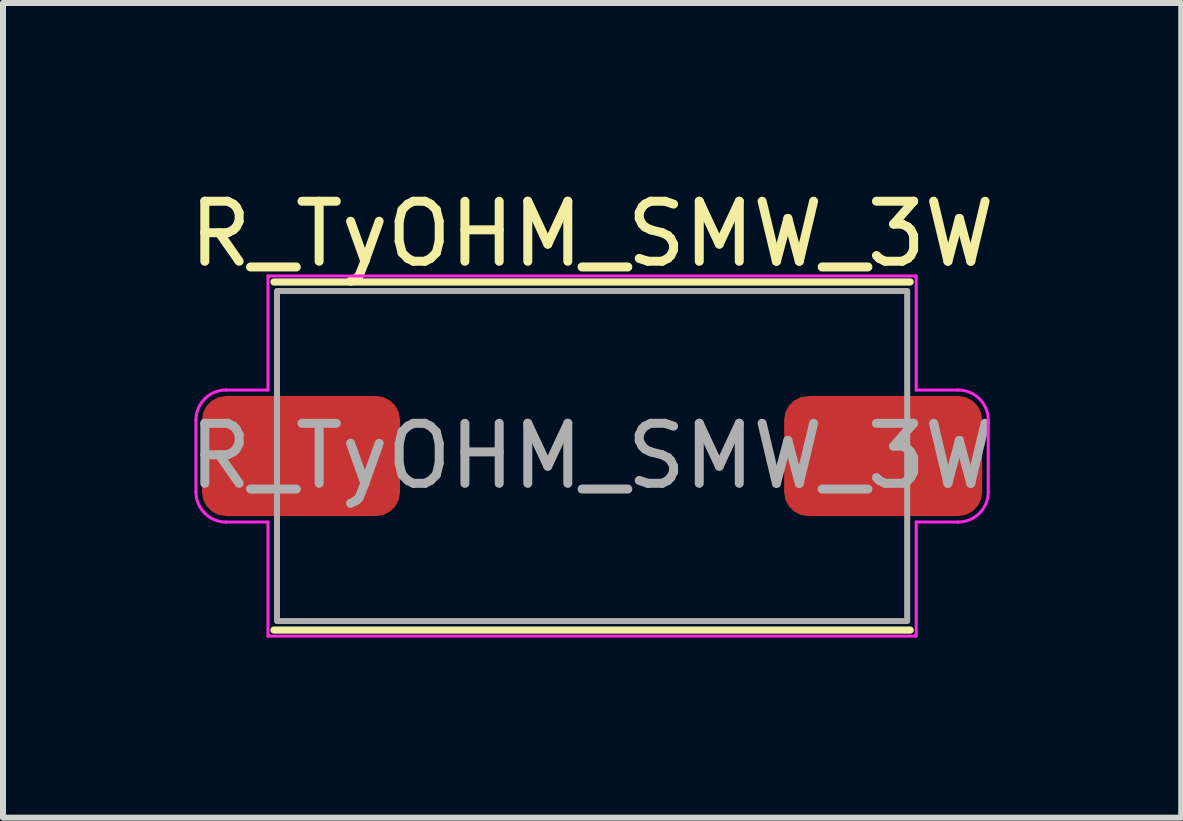
<source format=kicad_pcb>
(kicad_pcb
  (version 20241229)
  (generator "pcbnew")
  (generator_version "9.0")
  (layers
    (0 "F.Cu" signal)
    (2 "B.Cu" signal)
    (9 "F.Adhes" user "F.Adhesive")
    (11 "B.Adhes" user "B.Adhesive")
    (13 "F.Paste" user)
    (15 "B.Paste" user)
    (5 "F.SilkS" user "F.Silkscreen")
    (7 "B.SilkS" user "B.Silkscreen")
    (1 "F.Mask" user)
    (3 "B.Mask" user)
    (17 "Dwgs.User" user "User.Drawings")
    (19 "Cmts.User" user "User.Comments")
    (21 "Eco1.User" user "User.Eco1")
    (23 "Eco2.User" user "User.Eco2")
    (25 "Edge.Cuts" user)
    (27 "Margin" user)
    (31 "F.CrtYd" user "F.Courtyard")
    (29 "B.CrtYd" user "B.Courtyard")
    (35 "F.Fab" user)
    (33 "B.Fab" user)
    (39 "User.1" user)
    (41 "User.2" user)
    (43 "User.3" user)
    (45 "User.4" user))
  (footprint "R_TyOHM_SMW_3W"
    (layer "F.Cu")
    (at 6.815 4.548)
    (property "Reference" "R_TyOHM_SMW_3W" (at 0 -3.7 0) (layer "F.SilkS") (effects (font (size 1 1) (thickness 0.15))))
    (attr smd)
    (fp_line (start -5.3 -2.9) (end 5.3 -2.9) (stroke (width 0.12) (type solid)) (layer "F.SilkS"))
    (fp_line (start -5.3 2.9) (end 5.3 2.9) (stroke (width 0.12) (type solid)) (layer "F.SilkS"))
    (fp_line (start -6.6 -0.6) (end -6.6 0.6) (stroke (width 0.05) (type solid)) (layer "F.CrtYd"))
    (fp_line (start -5.4 -3) (end -5.4 -1.1) (stroke (width 0.05) (type default)) (layer "F.CrtYd"))
    (fp_line (start -5.4 -3) (end 5.4 -3) (stroke (width 0.05) (type solid)) (layer "F.CrtYd"))
    (fp_line (start -5.4 -1.1) (end -6.1 -1.1) (stroke (width 0.05) (type default)) (layer "F.CrtYd"))
    (fp_line (start -5.4 1.1) (end -6.1 1.1) (stroke (width 0.05) (type default)) (layer "F.CrtYd"))
    (fp_line (start -5.4 3) (end -5.4 1.1) (stroke (width 0.05) (type default)) (layer "F.CrtYd"))
    (fp_line (start -5.4 3) (end 5.4 3) (stroke (width 0.05) (type solid)) (layer "F.CrtYd"))
    (fp_line (start 5.4 -3) (end 5.4 -1.1) (stroke (width 0.05) (type default)) (layer "F.CrtYd"))
    (fp_line (start 5.4 -1.1) (end 6.1 -1.1) (stroke (width 0.05) (type default)) (layer "F.CrtYd"))
    (fp_line (start 5.4 1.1) (end 6.1 1.1) (stroke (width 0.05) (type default)) (layer "F.CrtYd"))
    (fp_line (start 5.4 3) (end 5.4 1.1) (stroke (width 0.05) (type default)) (layer "F.CrtYd"))
    (fp_line (start 6.6 0.6) (end 6.6 -0.6) (stroke (width 0.05) (type solid)) (layer "F.CrtYd"))
    (fp_arc (start -6.6 -0.6) (mid -6.453553 -0.953553) (end -6.1 -1.1) (stroke (width 0.05) (type default)) (layer "F.CrtYd"))
    (fp_arc (start -6.1 1.1) (mid -6.453553 0.953553) (end -6.6 0.6) (stroke (width 0.05) (type default)) (layer "F.CrtYd"))
    (fp_arc (start 6.1 -1.1) (mid 6.453553 -0.953553) (end 6.6 -0.6) (stroke (width 0.05) (type default)) (layer "F.CrtYd"))
    (fp_arc (start 6.6 0.6) (mid 6.453553 0.953553) (end 6.1 1.1) (stroke (width 0.05) (type default)) (layer "F.CrtYd"))
    (fp_rect (start -5.25 -2.75) (end 5.25 2.75) (stroke (width 0.1) (type default)) (fill no) (layer "F.Fab"))
    (fp_text user "${REFERENCE}" (at 0 0 0) (layer "F.Fab") (effects (font (size 1 1) (thickness 0.15))))
    (pad "1" smd roundrect (at -4.85 0) (size 3.3 2) (layers "F.Cu" "F.Mask" "F.Paste") (roundrect_rratio 0.2))
    (pad "2" smd roundrect (at 4.85 0) (size 3.3 2) (layers "F.Cu" "F.Mask" "F.Paste") (roundrect_rratio 0.2)))
  (gr_rect
    (start -3 -3)
    (end 16.631 10.573)
    (stroke (width 0.1) (type default))
    (fill no)
    (layer "Edge.Cuts")))
</source>
